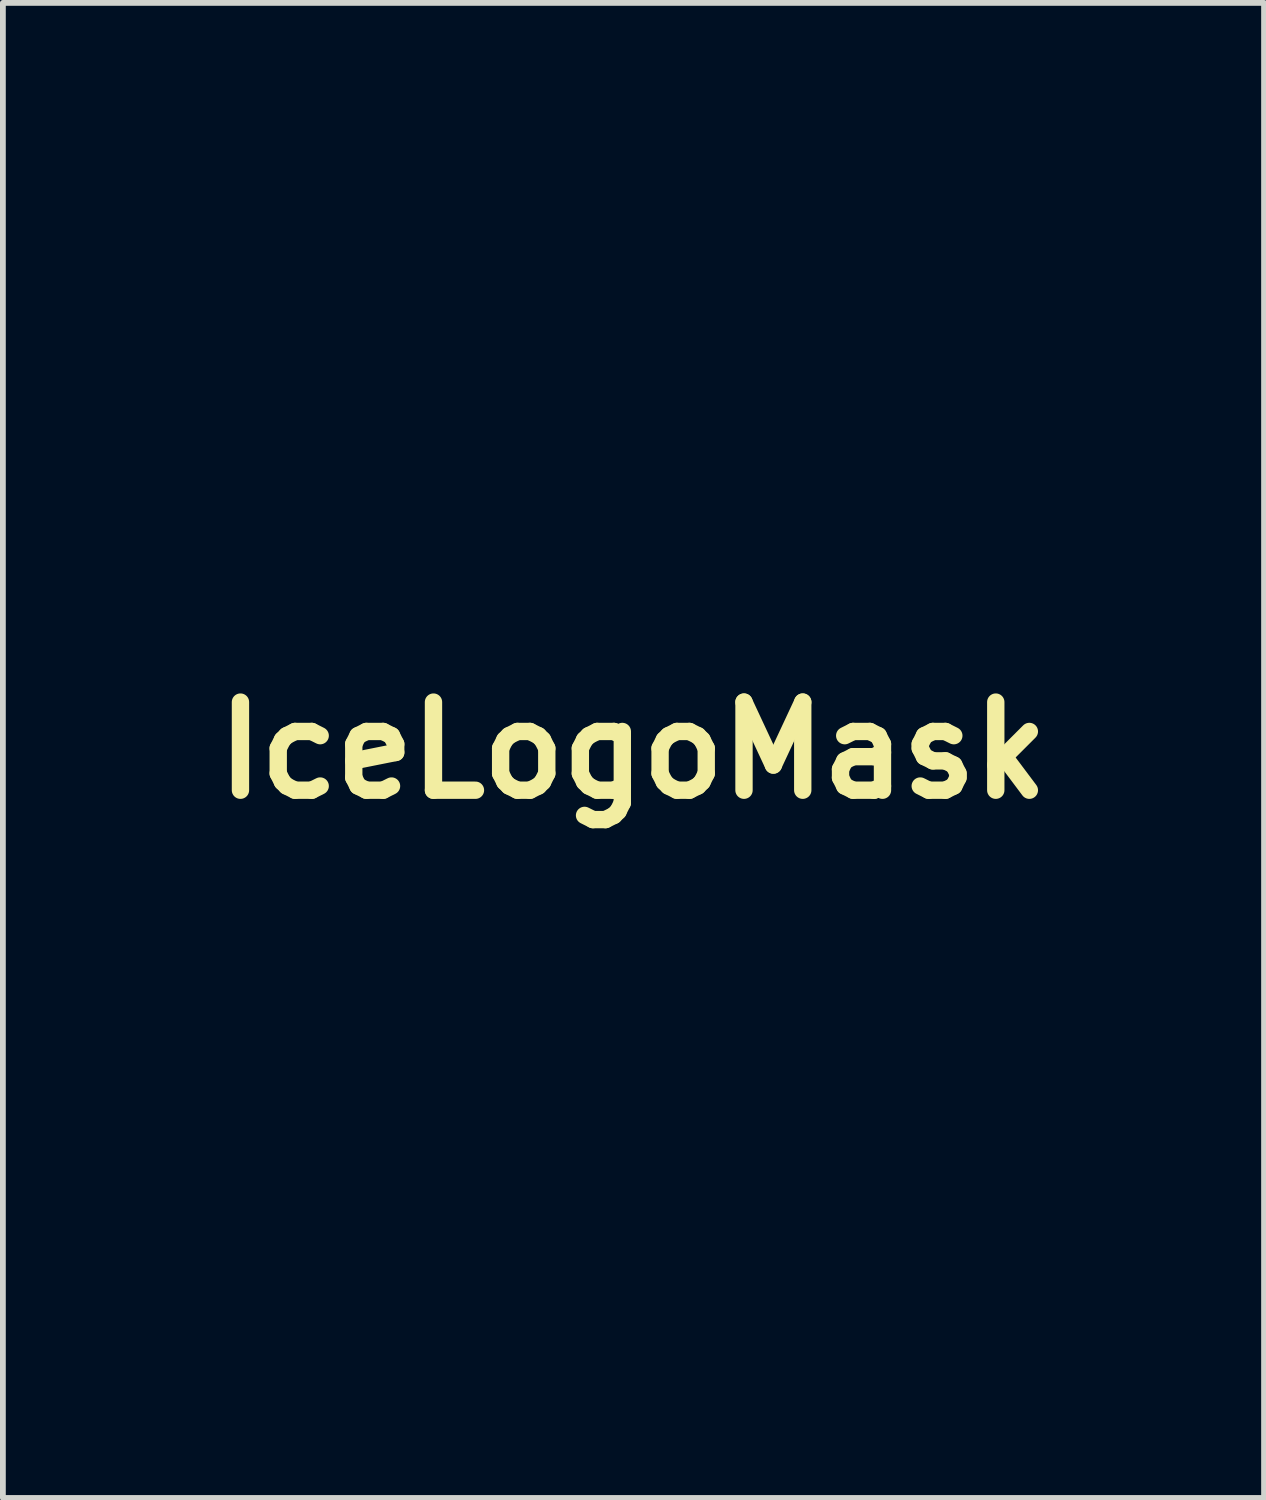
<source format=kicad_pcb>
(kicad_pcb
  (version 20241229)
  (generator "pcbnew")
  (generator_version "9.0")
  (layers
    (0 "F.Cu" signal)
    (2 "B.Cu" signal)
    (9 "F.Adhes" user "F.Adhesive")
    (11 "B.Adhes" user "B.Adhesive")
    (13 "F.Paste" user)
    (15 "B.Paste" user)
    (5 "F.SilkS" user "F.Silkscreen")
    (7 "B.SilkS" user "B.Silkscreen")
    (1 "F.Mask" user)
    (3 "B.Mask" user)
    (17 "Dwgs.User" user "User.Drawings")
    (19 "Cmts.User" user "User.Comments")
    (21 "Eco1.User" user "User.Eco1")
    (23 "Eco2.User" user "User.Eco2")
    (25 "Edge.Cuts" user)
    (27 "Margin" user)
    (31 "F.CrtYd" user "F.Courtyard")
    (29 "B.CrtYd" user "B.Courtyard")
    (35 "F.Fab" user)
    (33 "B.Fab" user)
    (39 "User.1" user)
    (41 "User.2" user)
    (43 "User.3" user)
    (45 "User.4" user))
  (footprint "IceLogoMask"
    (layer "F.Cu")
    (at 7.894 9.927)
    (property "Reference" "IceLogoMask" (at 0 0 0) (layer "F.SilkS") (effects (font (size 1.524 1.524) (thickness 0.3))))
    (attr through_hole)
    (fp_poly (pts (xy 3.198 3.897) (xy 3.19 3.944) (xy 3.185 3.964) (xy 3.169 4.015) (xy 3.148 4.038) (xy 3.113 4.043) (xy 3.101 4.042) (xy 3.038 4.036) (xy 2.969 4.022) (xy 2.965 4.021) (xy 2.918 4.006) (xy 2.893 3.991) (xy 2.892 3.988) (xy 2.909 3.975) (xy 2.952 3.954) (xy 3.012 3.93) (xy 3.076 3.906) (xy 3.136 3.886) (xy 3.18 3.874) (xy 3.196 3.874) (xy 3.198 3.897)) (stroke (width 0.01) (type solid)) (fill yes) (layer "F.Mask"))
    (fp_poly (pts (xy 3.79 2.869) (xy 3.782 2.906) (xy 3.755 2.973) (xy 3.718 3.05) (xy 3.637 3.18) (xy 3.525 3.315) (xy 3.388 3.447) (xy 3.232 3.573) (xy 3.065 3.685) (xy 2.892 3.778) (xy 2.866 3.79) (xy 2.79 3.822) (xy 2.704 3.855) (xy 2.616 3.885) (xy 2.532 3.911) (xy 2.46 3.931) (xy 2.409 3.942) (xy 2.385 3.941) (xy 2.384 3.939) (xy 2.4 3.928) (xy 2.443 3.904) (xy 2.504 3.875) (xy 2.512 3.871) (xy 2.761 3.741) (xy 3.002 3.59) (xy 3.229 3.422) (xy 3.435 3.243) (xy 3.612 3.058) (xy 3.701 2.949) (xy 3.749 2.889) (xy 3.779 2.863) (xy 3.79 2.869)) (stroke (width 0.01) (type solid)) (fill yes) (layer "F.Mask"))
    (fp_poly (pts (xy -7.784 -2.202) (xy -7.785 -2.149) (xy -7.79 -2.069) (xy -7.786 -1.813) (xy -7.744 -1.554) (xy -7.666 -1.294) (xy -7.552 -1.036) (xy -7.403 -0.78) (xy -7.221 -0.529) (xy -7.007 -0.284) (xy -6.761 -0.048) (xy -6.485 0.178) (xy -6.473 0.188) (xy -6.41 0.236) (xy -6.359 0.277) (xy -6.329 0.303) (xy -6.324 0.308) (xy -6.311 0.342) (xy -6.302 0.388) (xy -6.298 0.428) (xy -6.303 0.449) (xy -6.304 0.449) (xy -6.328 0.44) (xy -6.377 0.417) (xy -6.443 0.383) (xy -6.478 0.364) (xy -6.776 0.186) (xy -7.041 -0.012) (xy -7.271 -0.229) (xy -7.469 -0.466) (xy -7.633 -0.722) (xy -7.699 -0.85) (xy -7.783 -1.047) (xy -7.841 -1.237) (xy -7.875 -1.436) (xy -7.889 -1.614) (xy -7.887 -1.821) (xy -7.866 -2.003) (xy -7.824 -2.155) (xy -7.806 -2.198) (xy -7.794 -2.222) (xy -7.787 -2.224) (xy -7.784 -2.202)) (stroke (width 0.01) (type solid)) (fill yes) (layer "F.Mask"))
    (fp_poly (pts (xy 1.498 8.818) (xy 1.499 8.819) (xy 1.496 8.84) (xy 1.483 8.892) (xy 1.46 8.97) (xy 1.431 9.067) (xy 1.396 9.177) (xy 1.358 9.296) (xy 1.319 9.418) (xy 1.28 9.535) (xy 1.243 9.643) (xy 1.211 9.736) (xy 1.184 9.809) (xy 1.17 9.842) (xy 1.142 9.896) (xy 1.114 9.92) (xy 1.09 9.924) (xy 1.061 9.916) (xy 1.001 9.895) (xy 0.915 9.862) (xy 0.808 9.82) (xy 0.685 9.771) (xy 0.551 9.716) (xy 0.523 9.704) (xy 0.39 9.648) (xy 0.269 9.595) (xy 0.165 9.549) (xy 0.083 9.511) (xy 0.027 9.483) (xy 0.002 9.467) (xy 0.000441 9.465) (xy 0.018 9.452) (xy 0.065 9.427) (xy 0.137 9.393) (xy 0.228 9.354) (xy 0.308 9.321) (xy 0.438 9.267) (xy 0.589 9.204) (xy 0.744 9.138) (xy 0.887 9.075) (xy 0.938 9.052) (xy 1.092 8.983) (xy 1.214 8.928) (xy 1.308 8.886) (xy 1.378 8.855) (xy 1.428 8.835) (xy 1.461 8.822) (xy 1.481 8.816) (xy 1.492 8.816) (xy 1.498 8.818)) (stroke (width 0.01) (type solid)) (fill yes) (layer "F.Mask"))
    (fp_poly (pts (xy 7.912 -1.33) (xy 7.913 -1.282) (xy 7.91 -1.211) (xy 7.908 -1.166) (xy 7.885 -0.985) (xy 7.836 -0.801) (xy 7.758 -0.612) (xy 7.652 -0.411) (xy 7.542 -0.238) (xy 7.456 -0.12) (xy 7.346 0.012) (xy 7.221 0.149) (xy 7.089 0.283) (xy 6.959 0.405) (xy 6.839 0.506) (xy 6.82 0.52) (xy 6.744 0.574) (xy 6.655 0.631) (xy 6.559 0.688) (xy 6.46 0.742) (xy 6.366 0.791) (xy 6.28 0.831) (xy 6.21 0.86) (xy 6.16 0.875) (xy 6.136 0.874) (xy 6.135 0.87) (xy 6.143 0.849) (xy 6.163 0.801) (xy 6.193 0.735) (xy 6.211 0.697) (xy 6.237 0.64) (xy 6.261 0.595) (xy 6.288 0.554) (xy 6.322 0.514) (xy 6.368 0.469) (xy 6.431 0.413) (xy 6.516 0.34) (xy 6.586 0.281) (xy 6.779 0.117) (xy 6.944 -0.026) (xy 7.085 -0.154) (xy 7.206 -0.268) (xy 7.309 -0.374) (xy 7.399 -0.474) (xy 7.479 -0.573) (xy 7.553 -0.673) (xy 7.596 -0.735) (xy 7.662 -0.841) (xy 7.731 -0.966) (xy 7.796 -1.097) (xy 7.849 -1.217) (xy 7.864 -1.255) (xy 7.886 -1.308) (xy 7.903 -1.342) (xy 7.909 -1.348) (xy 7.912 -1.33)) (stroke (width 0.01) (type solid)) (fill yes) (layer "F.Mask"))
    (fp_poly (pts (xy 2.133 6.599) (xy 2.2 6.612) (xy 2.236 6.636) (xy 2.247 6.672) (xy 2.241 6.701) (xy 2.223 6.761) (xy 2.196 6.847) (xy 2.16 6.955) (xy 2.119 7.078) (xy 2.074 7.212) (xy 2.026 7.352) (xy 1.978 7.492) (xy 1.931 7.626) (xy 1.886 7.751) (xy 1.847 7.86) (xy 1.814 7.949) (xy 1.789 8.011) (xy 1.775 8.043) (xy 1.774 8.045) (xy 1.766 8.055) (xy 1.758 8.062) (xy 1.744 8.065) (xy 1.72 8.062) (xy 1.68 8.052) (xy 1.618 8.034) (xy 1.53 8.007) (xy 1.409 7.971) (xy 1.407 7.97) (xy 1.223 7.914) (xy 1.038 7.855) (xy 0.857 7.795) (xy 0.683 7.736) (xy 0.519 7.679) (xy 0.37 7.625) (xy 0.24 7.576) (xy 0.131 7.533) (xy 0.049 7.497) (xy -0.004 7.47) (xy -0.023 7.453) (xy -0.023 7.453) (xy -0.006 7.441) (xy 0.043 7.417) (xy 0.118 7.384) (xy 0.214 7.344) (xy 0.327 7.299) (xy 0.394 7.273) (xy 0.603 7.192) (xy 0.784 7.12) (xy 0.943 7.056) (xy 1.087 6.994) (xy 1.225 6.933) (xy 1.365 6.869) (xy 1.513 6.799) (xy 1.583 6.765) (xy 1.705 6.706) (xy 1.8 6.662) (xy 1.872 6.632) (xy 1.928 6.612) (xy 1.974 6.601) (xy 2.016 6.597) (xy 2.032 6.596) (xy 2.133 6.599)) (stroke (width 0.01) (type solid)) (fill yes) (layer "F.Mask"))
    (fp_poly (pts (xy 5.544 1.044) (xy 5.535 1.061) (xy 5.503 1.099) (xy 5.452 1.152) (xy 5.389 1.215) (xy 5.318 1.283) (xy 5.245 1.35) (xy 5.176 1.412) (xy 5.116 1.462) (xy 5.1 1.475) (xy 4.865 1.637) (xy 4.622 1.767) (xy 4.378 1.864) (xy 4.225 1.907) (xy 4.117 1.94) (xy 4.032 1.986) (xy 4.021 1.994) (xy 3.969 2.033) (xy 3.935 2.049) (xy 3.91 2.043) (xy 3.892 2.028) (xy 3.871 1.993) (xy 3.869 1.978) (xy 3.856 1.948) (xy 3.824 1.908) (xy 3.821 1.904) (xy 3.762 1.868) (xy 3.682 1.857) (xy 3.577 1.87) (xy 3.445 1.908) (xy 3.419 1.917) (xy 3.336 1.945) (xy 3.258 1.968) (xy 3.198 1.982) (xy 3.185 1.985) (xy 3.144 1.983) (xy 3.077 1.975) (xy 2.989 1.962) (xy 2.887 1.944) (xy 2.779 1.923) (xy 2.673 1.901) (xy 2.573 1.879) (xy 2.489 1.859) (xy 2.427 1.841) (xy 2.393 1.828) (xy 2.389 1.824) (xy 2.397 1.8) (xy 2.423 1.753) (xy 2.462 1.695) (xy 2.469 1.686) (xy 2.555 1.569) (xy 3.002 1.557) (xy 3.34 1.545) (xy 3.644 1.528) (xy 3.917 1.505) (xy 4.165 1.475) (xy 4.392 1.439) (xy 4.602 1.394) (xy 4.799 1.34) (xy 4.988 1.277) (xy 5.173 1.203) (xy 5.313 1.14) (xy 5.398 1.101) (xy 5.469 1.07) (xy 5.52 1.05) (xy 5.543 1.043) (xy 5.544 1.044)) (stroke (width 0.01) (type solid)) (fill yes) (layer "F.Mask"))
    (fp_poly (pts (xy 2.677 4.333) (xy 2.761 4.349) (xy 2.865 4.373) (xy 2.936 4.394) (xy 2.98 4.414) (xy 3.003 4.436) (xy 3.009 4.463) (xy 3.009 4.463) (xy 3.003 4.493) (xy 2.985 4.554) (xy 2.958 4.641) (xy 2.923 4.748) (xy 2.882 4.87) (xy 2.846 4.974) (xy 2.797 5.115) (xy 2.748 5.255) (xy 2.703 5.387) (xy 2.663 5.503) (xy 2.632 5.594) (xy 2.619 5.633) (xy 2.587 5.721) (xy 2.552 5.801) (xy 2.52 5.862) (xy 2.505 5.884) (xy 2.471 5.913) (xy 2.41 5.953) (xy 2.332 5.999) (xy 2.244 6.047) (xy 2.155 6.093) (xy 2.073 6.132) (xy 2.006 6.16) (xy 1.962 6.173) (xy 1.956 6.173) (xy 1.929 6.167) (xy 1.87 6.152) (xy 1.786 6.128) (xy 1.68 6.097) (xy 1.56 6.061) (xy 1.475 6.036) (xy 1.267 5.972) (xy 1.062 5.907) (xy 0.864 5.842) (xy 0.675 5.779) (xy 0.5 5.719) (xy 0.34 5.663) (xy 0.2 5.611) (xy 0.082 5.566) (xy -0.009 5.528) (xy -0.072 5.498) (xy -0.103 5.478) (xy -0.104 5.471) (xy -0.082 5.46) (xy -0.029 5.436) (xy 0.049 5.404) (xy 0.146 5.364) (xy 0.257 5.319) (xy 0.283 5.309) (xy 0.549 5.201) (xy 0.814 5.088) (xy 1.074 4.973) (xy 1.323 4.858) (xy 1.556 4.746) (xy 1.766 4.64) (xy 1.949 4.542) (xy 2.052 4.483) (xy 2.136 4.434) (xy 2.216 4.391) (xy 2.282 4.358) (xy 2.313 4.345) (xy 2.412 4.324) (xy 2.537 4.32) (xy 2.677 4.333)) (stroke (width 0.01) (type solid)) (fill yes) (layer "F.Mask"))
    (fp_poly (pts (xy 6.804 -8.731) (xy 6.972 -8.621) (xy 7.122 -8.522) (xy 7.251 -8.436) (xy 7.357 -8.363) (xy 7.438 -8.306) (xy 7.492 -8.265) (xy 7.515 -8.244) (xy 7.516 -8.241) (xy 7.488 -8.236) (xy 7.43 -8.234) (xy 7.351 -8.235) (xy 7.278 -8.238) (xy 7.159 -8.242) (xy 7.061 -8.239) (xy 6.964 -8.227) (xy 6.866 -8.208) (xy 6.666 -8.161) (xy 6.504 -8.108) (xy 6.376 -8.049) (xy 6.281 -7.981) (xy 6.217 -7.904) (xy 6.181 -7.817) (xy 6.172 -7.747) (xy 6.17 -7.669) (xy 6.154 -7.751) (xy 6.131 -7.837) (xy 6.101 -7.891) (xy 6.059 -7.921) (xy 6.043 -7.926) (xy 6.008 -7.925) (xy 5.937 -7.916) (xy 5.83 -7.899) (xy 5.691 -7.873) (xy 5.521 -7.84) (xy 5.321 -7.799) (xy 5.316 -7.798) (xy 5.113 -7.755) (xy 4.902 -7.711) (xy 4.685 -7.665) (xy 4.467 -7.618) (xy 4.251 -7.571) (xy 4.041 -7.525) (xy 3.839 -7.481) (xy 3.651 -7.44) (xy 3.479 -7.401) (xy 3.327 -7.367) (xy 3.198 -7.338) (xy 3.097 -7.314) (xy 3.026 -7.297) (xy 2.989 -7.286) (xy 2.986 -7.286) (xy 2.917 -7.243) (xy 2.862 -7.174) (xy 2.817 -7.072) (xy 2.814 -7.065) (xy 2.757 -6.93) (xy 2.688 -6.831) (xy 2.606 -6.765) (xy 2.507 -6.729) (xy 2.415 -6.721) (xy 2.289 -6.737) (xy 2.182 -6.787) (xy 2.092 -6.87) (xy 2.018 -6.988) (xy 2.004 -7.018) (xy 1.962 -7.1) (xy 1.913 -7.155) (xy 1.85 -7.189) (xy 1.768 -7.204) (xy 1.657 -7.204) (xy 1.607 -7.2) (xy 1.52 -7.191) (xy 1.462 -7.18) (xy 1.423 -7.163) (xy 1.394 -7.14) (xy 1.366 -7.103) (xy 1.352 -7.058) (xy 1.352 -6.997) (xy 1.367 -6.912) (xy 1.385 -6.837) (xy 1.462 -6.601) (xy 1.571 -6.363) (xy 1.705 -6.134) (xy 1.859 -5.924) (xy 1.94 -5.831) (xy 2.104 -5.67) (xy 2.272 -5.536) (xy 2.456 -5.42) (xy 2.54 -5.375) (xy 2.689 -5.303) (xy 2.831 -5.244) (xy 2.979 -5.194) (xy 3.147 -5.148) (xy 3.234 -5.127) (xy 3.455 -5.088) (xy 3.688 -5.071) (xy 3.919 -5.074) (xy 4.136 -5.099) (xy 4.219 -5.116) (xy 4.324 -5.139) (xy 4.396 -5.153) (xy 4.437 -5.157) (xy 4.451 -5.152) (xy 4.444 -5.14) (xy 4.414 -5.125) (xy 4.355 -5.105) (xy 4.274 -5.083) (xy 4.182 -5.061) (xy 4.086 -5.041) (xy 3.996 -5.025) (xy 3.976 -5.022) (xy 3.846 -5.01) (xy 3.692 -5.005) (xy 3.53 -5.007) (xy 3.372 -5.017) (xy 3.239 -5.032) (xy 2.957 -5.095) (xy 2.687 -5.194) (xy 2.43 -5.327) (xy 2.191 -5.49) (xy 1.971 -5.681) (xy 1.775 -5.899) (xy 1.603 -6.14) (xy 1.459 -6.402) (xy 1.349 -6.678) (xy 1.292 -6.882) (xy 1.247 -7.117) (xy 1.215 -7.375) (xy 1.195 -7.651) (xy 1.19 -7.938) (xy 1.199 -8.229) (xy 1.201 -8.27) (xy 1.208 -8.368) (xy 1.214 -8.434) (xy 1.222 -8.473) (xy 1.232 -8.493) (xy 1.247 -8.499) (xy 1.252 -8.499) (xy 1.263 -8.497) (xy 1.272 -8.489) (xy 1.279 -8.47) (xy 1.284 -8.435) (xy 1.287 -8.38) (xy 1.29 -8.301) (xy 1.292 -8.193) (xy 1.294 -8.052) (xy 1.294 -7.996) (xy 1.299 -7.493) (xy 1.387 -7.487) (xy 1.446 -7.492) (xy 1.539 -7.512) (xy 1.663 -7.547) (xy 1.817 -7.595) (xy 1.999 -7.655) (xy 2.206 -7.728) (xy 2.437 -7.811) (xy 2.69 -7.906) (xy 2.963 -8.01) (xy 3.253 -8.123) (xy 3.559 -8.244) (xy 3.879 -8.373) (xy 4.211 -8.508) (xy 4.552 -8.65) (xy 4.901 -8.796) (xy 5.109 -8.885) (xy 5.287 -8.961) (xy 5.433 -9.022) (xy 5.552 -9.071) (xy 5.648 -9.109) (xy 5.725 -9.138) (xy 5.788 -9.159) (xy 5.841 -9.174) (xy 5.887 -9.184) (xy 5.933 -9.191) (xy 5.956 -9.194) (xy 6.07 -9.207) (xy 6.804 -8.731)) (stroke (width 0.01) (type solid)) (fill yes) (layer "F.Mask"))
    (fp_poly (pts (xy -5.07 -9.921) (xy -5.026 -9.914) (xy -4.969 -9.897) (xy -4.895 -9.869) (xy -4.799 -9.828) (xy -4.677 -9.771) (xy -4.561 -9.716) (xy -4.446 -9.66) (xy -4.334 -9.607) (xy -4.222 -9.556) (xy -4.108 -9.504) (xy -3.989 -9.451) (xy -3.86 -9.395) (xy -3.721 -9.336) (xy -3.566 -9.272) (xy -3.394 -9.201) (xy -3.202 -9.122) (xy -2.985 -9.035) (xy -2.742 -8.937) (xy -2.469 -8.828) (xy -2.164 -8.706) (xy -2.1 -8.681) (xy -1.723 -8.531) (xy -1.381 -8.395) (xy -1.071 -8.273) (xy -0.793 -8.165) (xy -0.545 -8.069) (xy -0.326 -7.985) (xy -0.134 -7.913) (xy 0.033 -7.851) (xy 0.176 -7.8) (xy 0.296 -7.759) (xy 0.395 -7.727) (xy 0.475 -7.704) (xy 0.53 -7.69) (xy 0.573 -7.686) (xy 0.608 -7.698) (xy 0.636 -7.728) (xy 0.659 -7.779) (xy 0.677 -7.856) (xy 0.691 -7.962) (xy 0.703 -8.1) (xy 0.713 -8.274) (xy 0.714 -8.281) (xy 0.727 -8.54) (xy 0.779 -8.535) (xy 0.805 -8.529) (xy 0.822 -8.515) (xy 0.832 -8.483) (xy 0.84 -8.425) (xy 0.844 -8.382) (xy 0.849 -8.292) (xy 0.849 -8.173) (xy 0.845 -8.034) (xy 0.837 -7.884) (xy 0.827 -7.732) (xy 0.814 -7.588) (xy 0.799 -7.462) (xy 0.791 -7.405) (xy 0.712 -7.037) (xy 0.6 -6.688) (xy 0.455 -6.357) (xy 0.277 -6.047) (xy 0.258 -6.018) (xy 0.175 -5.906) (xy 0.068 -5.781) (xy -0.054 -5.651) (xy -0.185 -5.524) (xy -0.315 -5.408) (xy -0.436 -5.312) (xy -0.479 -5.282) (xy -0.765 -5.11) (xy -1.076 -4.961) (xy -1.406 -4.838) (xy -1.747 -4.743) (xy -2.093 -4.679) (xy -2.435 -4.647) (xy -2.462 -4.646) (xy -2.546 -4.645) (xy -2.652 -4.646) (xy -2.765 -4.65) (xy -2.827 -4.653) (xy -3.154 -4.691) (xy -3.483 -4.767) (xy -3.81 -4.88) (xy -4.134 -5.028) (xy -4.452 -5.211) (xy -4.513 -5.251) (xy -4.668 -5.364) (xy -4.83 -5.5) (xy -4.989 -5.65) (xy -5.138 -5.806) (xy -5.267 -5.96) (xy -5.351 -6.074) (xy -5.528 -6.377) (xy -5.674 -6.7) (xy -5.787 -7.042) (xy -5.845 -7.291) (xy -5.868 -7.441) (xy -5.883 -7.608) (xy -5.89 -7.779) (xy -5.718 -7.779) (xy -5.692 -7.491) (xy -5.637 -7.199) (xy -5.56 -6.926) (xy -5.506 -6.781) (xy -5.433 -6.619) (xy -5.348 -6.45) (xy -5.257 -6.289) (xy -5.167 -6.146) (xy -5.118 -6.076) (xy -4.896 -5.809) (xy -4.65 -5.568) (xy -4.384 -5.355) (xy -4.101 -5.174) (xy -3.805 -5.025) (xy -3.498 -4.911) (xy -3.251 -4.847) (xy -3.16 -4.829) (xy -3.077 -4.814) (xy -3.012 -4.803) (xy -2.989 -4.8) (xy -2.879 -4.793) (xy -2.743 -4.79) (xy -2.592 -4.792) (xy -2.441 -4.797) (xy -2.3 -4.806) (xy -2.194 -4.817) (xy -1.847 -4.875) (xy -1.525 -4.956) (xy -1.224 -5.06) (xy -0.939 -5.189) (xy -0.65 -5.356) (xy -0.388 -5.549) (xy -0.151 -5.771) (xy 0.062 -6.022) (xy 0.253 -6.304) (xy 0.391 -6.555) (xy 0.453 -6.681) (xy 0.498 -6.778) (xy 0.526 -6.85) (xy 0.54 -6.903) (xy 0.54 -6.942) (xy 0.528 -6.972) (xy 0.512 -6.99) (xy 0.488 -7.007) (xy 0.445 -7.025) (xy 0.381 -7.046) (xy 0.294 -7.071) (xy 0.18 -7.099) (xy 0.038 -7.132) (xy -0.134 -7.169) (xy -0.34 -7.212) (xy -0.581 -7.262) (xy -0.655 -7.277) (xy -0.815 -7.309) (xy -0.973 -7.341) (xy -1.12 -7.371) (xy -1.251 -7.399) (xy -1.359 -7.421) (xy -1.437 -7.438) (xy -1.46 -7.443) (xy -1.549 -7.461) (xy -1.631 -7.475) (xy -1.694 -7.482) (xy -1.711 -7.483) (xy -1.74 -7.482) (xy -1.764 -7.477) (xy -1.79 -7.464) (xy -1.821 -7.437) (xy -1.864 -7.394) (xy -1.921 -7.331) (xy -1.999 -7.243) (xy -2.011 -7.23) (xy -2.107 -7.133) (xy -2.201 -7.069) (xy -2.302 -7.032) (xy -2.373 -7.02) (xy -2.489 -7.023) (xy -2.606 -7.051) (xy -2.714 -7.101) (xy -2.805 -7.168) (xy -2.871 -7.247) (xy -2.888 -7.283) (xy -2.904 -7.34) (xy -2.92 -7.422) (xy -2.935 -7.517) (xy -2.945 -7.611) (xy -2.95 -7.691) (xy -2.951 -7.702) (xy -2.953 -7.774) (xy -2.963 -7.826) (xy -2.988 -7.865) (xy -3.034 -7.901) (xy -3.106 -7.942) (xy -3.148 -7.963) (xy -3.196 -7.986) (xy -3.275 -8.023) (xy -3.381 -8.07) (xy -3.508 -8.128) (xy -3.654 -8.193) (xy -3.813 -8.264) (xy -3.983 -8.339) (xy -4.158 -8.417) (xy -4.335 -8.495) (xy -4.51 -8.572) (xy -4.678 -8.645) (xy -4.835 -8.714) (xy -4.978 -8.776) (xy -5.101 -8.83) (xy -5.202 -8.873) (xy -5.276 -8.904) (xy -5.318 -8.92) (xy -5.32 -8.921) (xy -5.392 -8.936) (xy -5.45 -8.92) (xy -5.499 -8.872) (xy -5.539 -8.802) (xy -5.626 -8.575) (xy -5.685 -8.326) (xy -5.715 -8.059) (xy -5.718 -7.779) (xy -5.89 -7.779) (xy -5.89 -7.782) (xy -5.888 -7.95) (xy -5.878 -8.101) (xy -5.864 -8.196) (xy -5.837 -8.325) (xy -5.805 -8.464) (xy -5.77 -8.602) (xy -5.736 -8.725) (xy -5.706 -8.82) (xy -5.675 -8.933) (xy -5.669 -9.018) (xy -5.688 -9.077) (xy -5.701 -9.091) (xy -5.766 -9.129) (xy -5.865 -9.159) (xy -5.993 -9.179) (xy -6.147 -9.191) (xy -6.322 -9.193) (xy -6.513 -9.186) (xy -6.717 -9.17) (xy -6.929 -9.144) (xy -6.965 -9.138) (xy -7.082 -9.12) (xy -7.189 -9.104) (xy -7.279 -9.09) (xy -7.344 -9.08) (xy -7.375 -9.075) (xy -7.432 -9.065) (xy -7.384 -9.116) (xy -7.329 -9.165) (xy -7.249 -9.224) (xy -7.155 -9.285) (xy -7.059 -9.342) (xy -6.971 -9.387) (xy -6.964 -9.39) (xy -6.911 -9.41) (xy -6.828 -9.439) (xy -6.722 -9.472) (xy -6.601 -9.509) (xy -6.473 -9.547) (xy -6.439 -9.557) (xy -6.285 -9.601) (xy -6.109 -9.652) (xy -5.924 -9.706) (xy -5.746 -9.758) (xy -5.599 -9.802) (xy -5.452 -9.845) (xy -5.337 -9.877) (xy -5.248 -9.9) (xy -5.18 -9.914) (xy -5.128 -9.921) (xy -5.085 -9.922) (xy -5.07 -9.921)) (stroke (width 0.01) (type solid)) (fill yes) (layer "F.Mask"))
    (fp_poly (pts (xy 0.147 -4.939) (xy 0.213 -4.926) (xy 0.304 -4.906) (xy 0.413 -4.882) (xy 0.533 -4.853) (xy 0.56 -4.846) (xy 0.721 -4.807) (xy 0.861 -4.775) (xy 0.985 -4.748) (xy 1.1 -4.727) (xy 1.212 -4.711) (xy 1.326 -4.699) (xy 1.449 -4.691) (xy 1.587 -4.685) (xy 1.745 -4.682) (xy 1.93 -4.681) (xy 2.148 -4.68) (xy 2.159 -4.68) (xy 2.361 -4.68) (xy 2.58 -4.682) (xy 2.805 -4.684) (xy 3.027 -4.687) (xy 3.236 -4.69) (xy 3.422 -4.694) (xy 3.517 -4.696) (xy 3.685 -4.701) (xy 3.818 -4.704) (xy 3.919 -4.706) (xy 3.992 -4.706) (xy 4.041 -4.704) (xy 4.069 -4.701) (xy 4.08 -4.696) (xy 4.079 -4.689) (xy 4.07 -4.681) (xy 4.023 -4.658) (xy 3.944 -4.633) (xy 3.844 -4.608) (xy 3.729 -4.585) (xy 3.609 -4.566) (xy 3.522 -4.556) (xy 3.426 -4.543) (xy 3.347 -4.527) (xy 3.297 -4.508) (xy 3.293 -4.506) (xy 3.239 -4.461) (xy 3.198 -4.401) (xy 3.167 -4.323) (xy 3.146 -4.221) (xy 3.133 -4.091) (xy 3.127 -3.928) (xy 3.126 -3.855) (xy 3.126 -3.725) (xy 3.122 -3.629) (xy 3.114 -3.561) (xy 3.1 -3.518) (xy 3.077 -3.493) (xy 3.045 -3.481) (xy 3 -3.478) (xy 2.988 -3.478) (xy 2.932 -3.482) (xy 2.914 -3.496) (xy 2.933 -3.52) (xy 2.952 -3.533) (xy 2.989 -3.568) (xy 3.017 -3.624) (xy 3.04 -3.707) (xy 3.057 -3.82) (xy 3.067 -3.933) (xy 3.076 -4.037) (xy 3.087 -4.136) (xy 3.098 -4.22) (xy 3.107 -4.271) (xy 3.117 -4.37) (xy 3.098 -4.442) (xy 3.052 -4.487) (xy 3.037 -4.494) (xy 3.005 -4.499) (xy 2.937 -4.504) (xy 2.839 -4.507) (xy 2.713 -4.51) (xy 2.565 -4.512) (xy 2.398 -4.513) (xy 2.319 -4.514) (xy 2.033 -4.515) (xy 1.779 -4.52) (xy 1.553 -4.528) (xy 1.347 -4.541) (xy 1.156 -4.559) (xy 0.974 -4.581) (xy 0.795 -4.61) (xy 0.612 -4.644) (xy 0.531 -4.661) (xy 0.4 -4.688) (xy 0.298 -4.702) (xy 0.22 -4.706) (xy 0.157 -4.699) (xy 0.102 -4.681) (xy 0.082 -4.672) (xy 0.047 -4.646) (xy -0.011 -4.593) (xy -0.088 -4.518) (xy -0.182 -4.422) (xy -0.29 -4.309) (xy -0.409 -4.182) (xy -0.537 -4.045) (xy -0.669 -3.899) (xy -0.804 -3.75) (xy -0.939 -3.599) (xy -1.07 -3.449) (xy -1.195 -3.305) (xy -1.311 -3.169) (xy -1.414 -3.044) (xy -1.431 -3.024) (xy -1.602 -2.814) (xy -1.53 -2.784) (xy -1.458 -2.754) (xy -1.574 -2.698) (xy -1.649 -2.655) (xy -1.721 -2.603) (xy -1.761 -2.567) (xy -1.797 -2.523) (xy -1.845 -2.461) (xy -1.898 -2.388) (xy -1.951 -2.311) (xy -2 -2.237) (xy -2.04 -2.174) (xy -2.065 -2.13) (xy -2.071 -2.113) (xy -2.054 -2.087) (xy -2.006 -2.074) (xy -1.933 -2.073) (xy -1.843 -2.084) (xy -1.74 -2.107) (xy -1.69 -2.122) (xy -1.562 -2.154) (xy -1.438 -2.171) (xy -1.324 -2.172) (xy -1.224 -2.158) (xy -1.147 -2.131) (xy -1.096 -2.089) (xy -1.082 -2.059) (xy -1.076 -2.012) (xy -1.084 -1.963) (xy -1.107 -1.907) (xy -1.148 -1.843) (xy -1.21 -1.766) (xy -1.294 -1.675) (xy -1.402 -1.565) (xy -1.538 -1.433) (xy -1.58 -1.394) (xy -1.798 -1.185) (xy -1.989 -1.001) (xy -2.154 -0.837) (xy -2.295 -0.691) (xy -2.413 -0.562) (xy -2.512 -0.446) (xy -2.592 -0.342) (xy -2.656 -0.247) (xy -2.705 -0.158) (xy -2.741 -0.074) (xy -2.766 0.008) (xy -2.782 0.091) (xy -2.789 0.159) (xy -2.786 0.3) (xy -2.753 0.422) (xy -2.687 0.533) (xy -2.629 0.597) (xy -2.543 0.672) (xy -2.452 0.724) (xy -2.347 0.755) (xy -2.221 0.769) (xy -2.13 0.771) (xy -1.922 0.756) (xy -1.74 0.716) (xy -1.578 0.647) (xy -1.431 0.548) (xy -1.347 0.471) (xy -1.237 0.345) (xy -1.156 0.214) (xy -1.1 0.07) (xy -1.068 -0.093) (xy -1.058 -0.281) (xy -1.06 -0.37) (xy -1.065 -0.483) (xy -1.073 -0.568) (xy -1.084 -0.636) (xy -1.102 -0.699) (xy -1.122 -0.752) (xy -1.149 -0.834) (xy -1.162 -0.909) (xy -1.16 -0.984) (xy -1.14 -1.065) (xy -1.102 -1.159) (xy -1.044 -1.271) (xy -0.963 -1.407) (xy -0.955 -1.421) (xy -0.912 -1.488) (xy -0.853 -1.575) (xy -0.783 -1.676) (xy -0.707 -1.783) (xy -0.629 -1.89) (xy -0.555 -1.991) (xy -0.489 -2.078) (xy -0.435 -2.146) (xy -0.402 -2.185) (xy -0.288 -2.28) (xy -0.154 -2.342) (xy 0.001 -2.371) (xy 0.176 -2.367) (xy 0.196 -2.365) (xy 0.345 -2.341) (xy 0.46 -2.311) (xy 0.544 -2.269) (xy 0.602 -2.212) (xy 0.638 -2.135) (xy 0.658 -2.033) (xy 0.664 -1.901) (xy 0.664 -1.873) (xy 0.661 -1.753) (xy 0.651 -1.64) (xy 0.633 -1.524) (xy 0.605 -1.398) (xy 0.566 -1.253) (xy 0.513 -1.082) (xy 0.502 -1.045) (xy 0.476 -0.966) (xy 0.442 -0.855) (xy 0.399 -0.718) (xy 0.351 -0.561) (xy 0.298 -0.39) (xy 0.243 -0.21) (xy 0.187 -0.027) (xy 0.17 0.029) (xy 0.102 0.251) (xy 0.043 0.441) (xy -0.007 0.601) (xy -0.052 0.737) (xy -0.091 0.853) (xy -0.127 0.954) (xy -0.161 1.043) (xy -0.196 1.126) (xy -0.232 1.207) (xy -0.27 1.289) (xy -0.299 1.348) (xy -0.357 1.479) (xy -0.393 1.591) (xy -0.409 1.698) (xy -0.405 1.811) (xy -0.383 1.943) (xy -0.383 1.945) (xy -0.364 2.041) (xy -0.344 2.154) (xy -0.327 2.263) (xy -0.324 2.28) (xy -0.303 2.392) (xy -0.277 2.482) (xy -0.254 2.53) (xy -0.217 2.576) (xy -0.153 2.638) (xy -0.07 2.71) (xy 0.025 2.787) (xy 0.125 2.863) (xy 0.224 2.934) (xy 0.315 2.992) (xy 0.339 3.006) (xy 0.503 3.093) (xy 0.673 3.17) (xy 0.834 3.231) (xy 0.918 3.257) (xy 1.02 3.277) (xy 1.146 3.289) (xy 1.283 3.293) (xy 1.419 3.289) (xy 1.542 3.277) (xy 1.639 3.258) (xy 1.647 3.256) (xy 1.718 3.231) (xy 1.817 3.192) (xy 1.937 3.142) (xy 2.072 3.084) (xy 2.214 3.021) (xy 2.357 2.957) (xy 2.494 2.893) (xy 2.617 2.834) (xy 2.653 2.816) (xy 2.75 2.767) (xy 2.816 2.731) (xy 2.857 2.705) (xy 2.877 2.685) (xy 2.883 2.667) (xy 2.881 2.652) (xy 2.84 2.58) (xy 2.768 2.529) (xy 2.691 2.504) (xy 2.631 2.485) (xy 2.548 2.454) (xy 2.455 2.413) (xy 2.385 2.38) (xy 2.243 2.3) (xy 2.119 2.208) (xy 2.01 2.102) (xy 1.916 1.978) (xy 1.836 1.834) (xy 1.768 1.667) (xy 1.712 1.475) (xy 1.667 1.256) (xy 1.631 1.006) (xy 1.604 0.723) (xy 1.585 0.405) (xy 1.582 0.325) (xy 1.574 0.033) (xy 1.575 -0.291) (xy 1.584 -0.64) (xy 1.599 -1.008) (xy 1.621 -1.388) (xy 1.649 -1.772) (xy 1.684 -2.156) (xy 1.724 -2.532) (xy 1.769 -2.893) (xy 1.78 -2.978) (xy 1.795 -3.087) (xy 1.808 -3.189) (xy 1.818 -3.275) (xy 1.823 -3.335) (xy 1.824 -3.349) (xy 1.827 -3.429) (xy 1.925 -3.441) (xy 1.986 -3.444) (xy 2.032 -3.44) (xy 2.046 -3.434) (xy 2.068 -3.406) (xy 2.08 -3.36) (xy 2.083 -3.293) (xy 2.076 -3.201) (xy 2.059 -3.08) (xy 2.031 -2.928) (xy 2.015 -2.848) (xy 1.964 -2.587) (xy 1.921 -2.353) (xy 1.887 -2.138) (xy 1.86 -1.934) (xy 1.84 -1.734) (xy 1.825 -1.528) (xy 1.816 -1.31) (xy 1.81 -1.071) (xy 1.809 -0.804) (xy 1.809 -0.713) (xy 1.81 -0.427) (xy 1.814 -0.172) (xy 1.821 0.061) (xy 1.83 0.28) (xy 1.844 0.492) (xy 1.861 0.708) (xy 1.882 0.934) (xy 1.887 0.987) (xy 1.903 1.133) (xy 1.919 1.246) (xy 1.936 1.328) (xy 1.957 1.384) (xy 1.982 1.42) (xy 2.014 1.439) (xy 2.055 1.446) (xy 2.07 1.446) (xy 2.104 1.456) (xy 2.104 1.485) (xy 2.072 1.531) (xy 2.042 1.563) (xy 1.982 1.638) (xy 1.96 1.713) (xy 1.975 1.793) (xy 1.999 1.843) (xy 2.07 1.944) (xy 2.167 2.057) (xy 2.285 2.173) (xy 2.347 2.23) (xy 2.409 2.282) (xy 2.453 2.312) (xy 2.49 2.326) (xy 2.533 2.33) (xy 2.565 2.329) (xy 2.627 2.329) (xy 2.667 2.341) (xy 2.704 2.372) (xy 2.723 2.393) (xy 2.755 2.426) (xy 2.787 2.448) (xy 2.83 2.464) (xy 2.893 2.478) (xy 2.97 2.49) (xy 3.056 2.504) (xy 3.133 2.515) (xy 3.188 2.523) (xy 3.204 2.525) (xy 3.219 2.53) (xy 3.215 2.543) (xy 3.19 2.567) (xy 3.139 2.605) (xy 3.059 2.659) (xy 3.028 2.68) (xy 2.798 2.825) (xy 2.559 2.957) (xy 2.305 3.08) (xy 2.029 3.196) (xy 1.724 3.308) (xy 1.517 3.378) (xy 1.371 3.425) (xy 1.258 3.461) (xy 1.174 3.486) (xy 1.114 3.502) (xy 1.074 3.509) (xy 1.051 3.508) (xy 1.039 3.501) (xy 1.036 3.487) (xy 1.036 3.479) (xy 1.027 3.441) (xy 1 3.407) (xy 0.948 3.373) (xy 0.868 3.337) (xy 0.754 3.295) (xy 0.478 3.186) (xy 0.238 3.06) (xy 0.03 2.916) (xy -0.131 2.769) (xy -0.256 2.619) (xy -0.346 2.466) (xy -0.405 2.301) (xy -0.437 2.116) (xy -0.44 2.087) (xy -0.448 2.004) (xy -0.459 1.931) (xy -0.47 1.88) (xy -0.472 1.872) (xy -0.511 1.82) (xy -0.579 1.787) (xy -0.667 1.771) (xy -0.77 1.773) (xy -0.882 1.792) (xy -0.995 1.828) (xy -1.104 1.88) (xy -1.172 1.924) (xy -1.284 2.03) (xy -1.377 2.165) (xy -1.446 2.326) (xy -1.465 2.387) (xy -1.487 2.464) (xy -1.506 2.529) (xy -1.52 2.57) (xy -1.524 2.577) (xy -1.534 2.571) (xy -1.55 2.529) (xy -1.572 2.456) (xy -1.598 2.355) (xy -1.6 2.346) (xy -1.66 2.121) (xy -1.727 1.929) (xy -1.803 1.768) (xy -1.892 1.632) (xy -1.995 1.517) (xy -2.116 1.418) (xy -2.168 1.383) (xy -2.305 1.314) (xy -2.464 1.263) (xy -2.632 1.232) (xy -2.8 1.223) (xy -2.955 1.238) (xy -3.028 1.255) (xy -3.127 1.293) (xy -3.23 1.347) (xy -3.328 1.409) (xy -3.408 1.472) (xy -3.446 1.511) (xy -3.478 1.555) (xy -3.499 1.602) (xy -3.509 1.656) (xy -3.509 1.724) (xy -3.497 1.81) (xy -3.475 1.921) (xy -3.441 2.063) (xy -3.431 2.103) (xy -3.378 2.308) (xy -3.329 2.481) (xy -3.283 2.628) (xy -3.238 2.756) (xy -3.191 2.87) (xy -3.14 2.977) (xy -3.125 3.006) (xy -2.976 3.258) (xy -2.804 3.484) (xy -2.629 3.669) (xy -2.423 3.849) (xy -2.217 3.991) (xy -2.013 4.094) (xy -1.833 4.153) (xy -1.691 4.175) (xy -1.528 4.18) (xy -1.359 4.169) (xy -1.198 4.141) (xy -1.104 4.116) (xy -1.024 4.092) (xy -0.95 4.074) (xy -0.897 4.065) (xy -0.889 4.065) (xy -0.857 4.066) (xy -0.851 4.073) (xy -0.876 4.088) (xy -0.918 4.109) (xy -0.978 4.147) (xy -1.03 4.194) (xy -1.066 4.243) (xy -1.081 4.284) (xy -1.074 4.307) (xy -1.049 4.313) (xy -0.989 4.318) (xy -0.9 4.322) (xy -0.786 4.325) (xy -0.652 4.327) (xy -0.502 4.328) (xy -0.341 4.328) (xy -0.173 4.328) (xy -0.005 4.327) (xy 0.161 4.324) (xy 0.319 4.321) (xy 0.464 4.317) (xy 0.592 4.313) (xy 0.698 4.307) (xy 0.769 4.302) (xy 0.867 4.293) (xy 0.951 4.287) (xy 1.012 4.283) (xy 1.044 4.283) (xy 1.047 4.284) (xy 1.033 4.29) (xy 0.986 4.298) (xy 0.911 4.308) (xy 0.816 4.32) (xy 0.705 4.332) (xy 0.586 4.345) (xy 0.463 4.357) (xy 0.344 4.367) (xy 0.234 4.375) (xy 0.081 4.384) (xy -0.091 4.392) (xy -0.275 4.398) (xy -0.462 4.402) (xy -0.645 4.405) (xy -0.815 4.405) (xy -0.966 4.403) (xy -1.089 4.399) (xy -1.133 4.397) (xy -1.467 4.364) (xy -1.768 4.312) (xy -2.038 4.241) (xy -2.281 4.151) (xy -2.497 4.039) (xy -2.691 3.905) (xy -2.863 3.749) (xy -2.879 3.732) (xy -3.075 3.498) (xy -3.239 3.245) (xy -3.373 2.969) (xy -3.479 2.669) (xy -3.517 2.524) (xy -3.549 2.391) (xy -3.574 2.29) (xy -3.594 2.216) (xy -3.61 2.164) (xy -3.625 2.128) (xy -3.639 2.102) (xy -3.656 2.08) (xy -3.668 2.067) (xy -3.698 2.038) (xy -3.733 2.016) (xy -3.779 1.996) (xy -3.843 1.977) (xy -3.933 1.957) (xy -4.037 1.935) (xy -4.257 1.883) (xy -4.459 1.817) (xy -4.66 1.732) (xy -4.754 1.686) (xy -4.86 1.629) (xy -4.968 1.564) (xy -5.074 1.497) (xy -5.172 1.43) (xy -5.256 1.368) (xy -5.321 1.314) (xy -5.362 1.272) (xy -5.373 1.248) (xy -5.357 1.25) (xy -5.312 1.266) (xy -5.248 1.293) (xy -5.189 1.319) (xy -4.885 1.445) (xy -4.572 1.543) (xy -4.26 1.611) (xy -4.045 1.639) (xy -3.936 1.647) (xy -3.859 1.645) (xy -3.806 1.634) (xy -3.77 1.612) (xy -3.758 1.599) (xy -3.75 1.571) (xy -3.74 1.512) (xy -3.73 1.428) (xy -3.72 1.327) (xy -3.715 1.264) (xy -3.694 1.034) (xy -3.662 0.813) (xy -3.618 0.598) (xy -3.562 0.383) (xy -3.49 0.166) (xy -3.402 -0.059) (xy -3.296 -0.295) (xy -3.17 -0.547) (xy -3.023 -0.818) (xy -2.854 -1.113) (xy -2.755 -1.28) (xy -2.508 -1.684) (xy -2.273 -2.055) (xy -2.048 -2.396) (xy -1.829 -2.71) (xy -1.616 -3) (xy -1.405 -3.27) (xy -1.194 -3.523) (xy -0.981 -3.762) (xy -0.946 -3.8) (xy -0.867 -3.882) (xy -0.773 -3.977) (xy -0.669 -4.079) (xy -0.559 -4.185) (xy -0.449 -4.288) (xy -0.344 -4.385) (xy -0.25 -4.469) (xy -0.172 -4.537) (xy -0.116 -4.582) (xy -0.109 -4.587) (xy -0.047 -4.647) (xy -0.024 -4.711) (xy -0.039 -4.778) (xy -0.041 -4.781) (xy -0.055 -4.814) (xy -0.05 -4.84) (xy -0.02 -4.872) (xy -0.004 -4.887) (xy 0.054 -4.926) (xy 0.108 -4.943) (xy 0.113 -4.943) (xy 0.147 -4.939)) (stroke (width 0.01) (type solid)) (fill yes) (layer "F.Mask")))
  (gr_rect
    (start -3 -3)
    (end 18.811 22.856)
    (stroke (width 0.1) (type default))
    (fill no)
    (layer "Edge.Cuts")))
</source>
